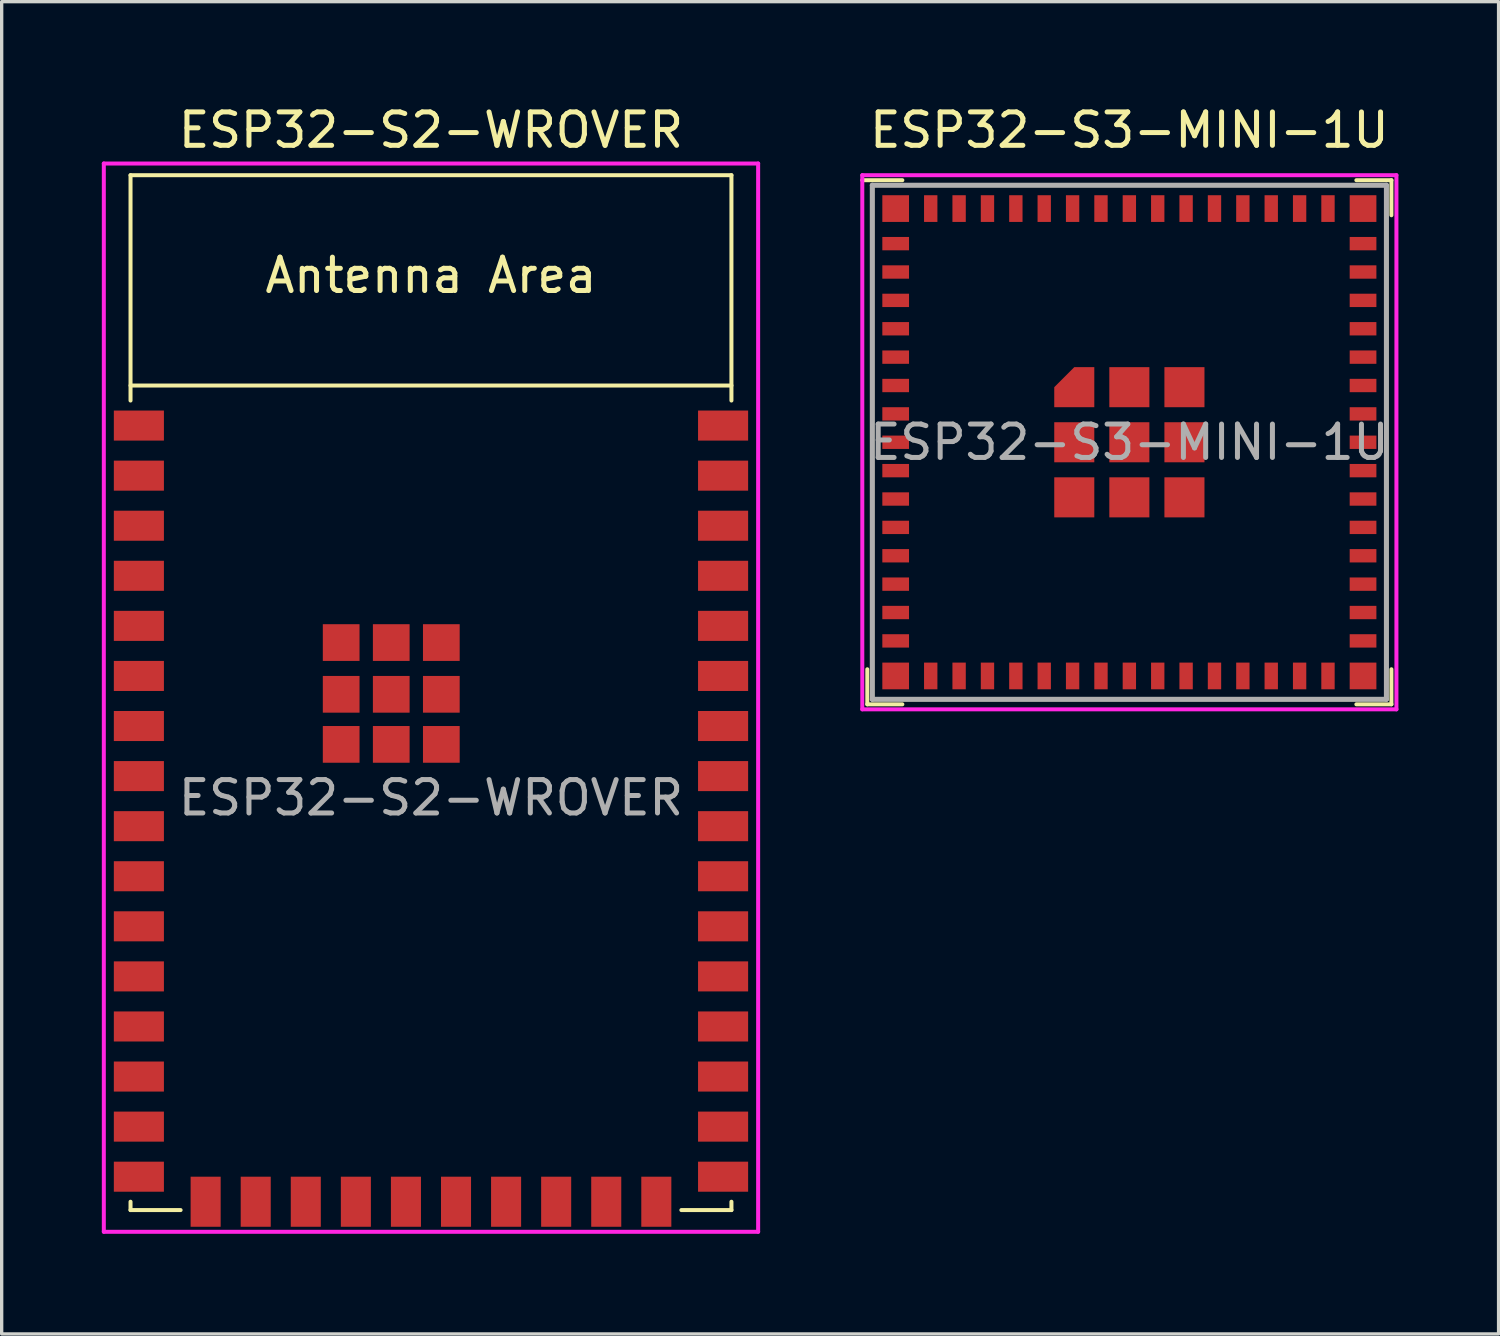
<source format=kicad_pcb>
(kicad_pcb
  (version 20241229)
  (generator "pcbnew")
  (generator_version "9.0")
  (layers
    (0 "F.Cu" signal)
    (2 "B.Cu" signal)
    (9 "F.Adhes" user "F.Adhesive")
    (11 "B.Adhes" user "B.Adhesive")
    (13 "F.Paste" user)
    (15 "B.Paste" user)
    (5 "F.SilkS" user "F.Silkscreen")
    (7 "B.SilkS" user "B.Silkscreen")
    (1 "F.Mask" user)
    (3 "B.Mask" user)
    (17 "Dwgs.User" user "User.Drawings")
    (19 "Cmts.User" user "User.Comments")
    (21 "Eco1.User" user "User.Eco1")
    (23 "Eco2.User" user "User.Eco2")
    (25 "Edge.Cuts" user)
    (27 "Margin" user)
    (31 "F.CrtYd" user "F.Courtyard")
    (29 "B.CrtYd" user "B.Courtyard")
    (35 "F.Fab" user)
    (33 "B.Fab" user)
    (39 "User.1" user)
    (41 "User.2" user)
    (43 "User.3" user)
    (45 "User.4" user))
  (footprint "ESP32-S3-MINI-1U"
    (layer "F.Cu")
    (at 30.78 10.198)
    (property "Reference" "ESP32-S3-MINI-1U" (at 0 -9.35 0) (layer "F.SilkS") (effects (font (size 1 1) (thickness 0.15))))
    (attr smd)
    (fp_line (start -7.85 7.85) (end -7.85 6.8) (stroke (width 0.12) (type solid)) (layer "F.SilkS"))
    (fp_line (start -7.7 -7.7) (end 7.7 -7.7) (stroke (width 0.12) (type solid)) (layer "F.SilkS"))
    (fp_line (start -7.7 7.7) (end -7.7 -7.7) (stroke (width 0.12) (type solid)) (layer "F.SilkS"))
    (fp_line (start -6.8 -7.85) (end -8 -7.85) (stroke (width 0.12) (type solid)) (layer "F.SilkS"))
    (fp_line (start -6.8 7.85) (end -7.85 7.85) (stroke (width 0.12) (type solid)) (layer "F.SilkS"))
    (fp_line (start 6.8 -7.85) (end 7.85 -7.85) (stroke (width 0.12) (type solid)) (layer "F.SilkS"))
    (fp_line (start 6.8 7.85) (end 7.85 7.85) (stroke (width 0.12) (type solid)) (layer "F.SilkS"))
    (fp_line (start 7.7 -7.7) (end 7.7 7.7) (stroke (width 0.12) (type solid)) (layer "F.SilkS"))
    (fp_line (start 7.7 7.7) (end -7.7 7.7) (stroke (width 0.12) (type solid)) (layer "F.SilkS"))
    (fp_line (start 7.85 -7.85) (end 7.85 -6.8) (stroke (width 0.12) (type solid)) (layer "F.SilkS"))
    (fp_line (start 7.85 7.85) (end 7.85 6.8) (stroke (width 0.12) (type solid)) (layer "F.SilkS"))
    (fp_line (start -8 -8) (end -8 8) (stroke (width 0.12) (type solid)) (layer "F.CrtYd"))
    (fp_line (start -8 8) (end 8 8) (stroke (width 0.12) (type solid)) (layer "F.CrtYd"))
    (fp_line (start 8 -8) (end -8 -8) (stroke (width 0.12) (type solid)) (layer "F.CrtYd"))
    (fp_line (start 8 8) (end 8 -8) (stroke (width 0.12) (type solid)) (layer "F.CrtYd"))
    (fp_line (start -7.7 -7.7) (end -7.7 7.7) (stroke (width 0.15) (type solid)) (layer "F.Fab"))
    (fp_line (start -7.7 7.7) (end 7.7 7.7) (stroke (width 0.15) (type solid)) (layer "F.Fab"))
    (fp_line (start 7.7 -7.7) (end -7.7 -7.7) (stroke (width 0.15) (type solid)) (layer "F.Fab"))
    (fp_line (start 7.7 7.7) (end 7.7 -7.7) (stroke (width 0.15) (type solid)) (layer "F.Fab"))
    (fp_text user "${REFERENCE}" (at 0 0 0) (layer "F.Fab") (effects (font (size 1 1) (thickness 0.15))))
    (pad "1" smd rect (at -7 -5.95 90) (size 0.4 0.8) (layers "F.Cu" "F.Mask" "F.Paste"))
    (pad "2" smd rect (at -7 -5.1 90) (size 0.4 0.8) (layers "F.Cu" "F.Mask" "F.Paste"))
    (pad "3" smd rect (at -7 -4.25 90) (size 0.4 0.8) (layers "F.Cu" "F.Mask" "F.Paste"))
    (pad "4" smd rect (at -7 -3.4 90) (size 0.4 0.8) (layers "F.Cu" "F.Mask" "F.Paste"))
    (pad "5" smd rect (at -7 -2.55 90) (size 0.4 0.8) (layers "F.Cu" "F.Mask" "F.Paste"))
    (pad "6" smd rect (at -7 -1.7 90) (size 0.4 0.8) (layers "F.Cu" "F.Mask" "F.Paste"))
    (pad "7" smd rect (at -7 -0.85 90) (size 0.4 0.8) (layers "F.Cu" "F.Mask" "F.Paste"))
    (pad "8" smd rect (at -7 0 90) (size 0.4 0.8) (layers "F.Cu" "F.Mask" "F.Paste"))
    (pad "9" smd rect (at -7 0.85 90) (size 0.4 0.8) (layers "F.Cu" "F.Mask" "F.Paste"))
    (pad "10" smd rect (at -7 1.7 90) (size 0.4 0.8) (layers "F.Cu" "F.Mask" "F.Paste"))
    (pad "11" smd rect (at -7 2.55 90) (size 0.4 0.8) (layers "F.Cu" "F.Mask" "F.Paste"))
    (pad "12" smd rect (at -7 3.4 90) (size 0.4 0.8) (layers "F.Cu" "F.Mask" "F.Paste"))
    (pad "13" smd rect (at -7 4.25 90) (size 0.4 0.8) (layers "F.Cu" "F.Mask" "F.Paste"))
    (pad "14" smd rect (at -7 5.1 90) (size 0.4 0.8) (layers "F.Cu" "F.Mask" "F.Paste"))
    (pad "15" smd rect (at -7 5.95 90) (size 0.4 0.8) (layers "F.Cu" "F.Mask" "F.Paste"))
    (pad "16" smd rect (at -5.95 7) (size 0.4 0.8) (layers "F.Cu" "F.Mask" "F.Paste"))
    (pad "17" smd rect (at -5.1 7) (size 0.4 0.8) (layers "F.Cu" "F.Mask" "F.Paste"))
    (pad "18" smd rect (at -4.25 7) (size 0.4 0.8) (layers "F.Cu" "F.Mask" "F.Paste"))
    (pad "19" smd rect (at -3.4 7) (size 0.4 0.8) (layers "F.Cu" "F.Mask" "F.Paste"))
    (pad "20" smd rect (at -2.55 7) (size 0.4 0.8) (layers "F.Cu" "F.Mask" "F.Paste"))
    (pad "21" smd rect (at -1.7 7) (size 0.4 0.8) (layers "F.Cu" "F.Mask" "F.Paste"))
    (pad "22" smd rect (at -0.85 7) (size 0.4 0.8) (layers "F.Cu" "F.Mask" "F.Paste"))
    (pad "23" smd rect (at 0 7) (size 0.4 0.8) (layers "F.Cu" "F.Mask" "F.Paste"))
    (pad "24" smd rect (at 0.85 7) (size 0.4 0.8) (layers "F.Cu" "F.Mask" "F.Paste"))
    (pad "25" smd rect (at 1.7 7) (size 0.4 0.8) (layers "F.Cu" "F.Mask" "F.Paste"))
    (pad "26" smd rect (at 2.55 7) (size 0.4 0.8) (layers "F.Cu" "F.Mask" "F.Paste"))
    (pad "27" smd rect (at 3.4 7) (size 0.4 0.8) (layers "F.Cu" "F.Mask" "F.Paste"))
    (pad "28" smd rect (at 4.25 7) (size 0.4 0.8) (layers "F.Cu" "F.Mask" "F.Paste"))
    (pad "29" smd rect (at 5.1 7) (size 0.4 0.8) (layers "F.Cu" "F.Mask" "F.Paste"))
    (pad "30" smd rect (at 5.95 7) (size 0.4 0.8) (layers "F.Cu" "F.Mask" "F.Paste"))
    (pad "31" smd rect (at 7 5.95 90) (size 0.4 0.8) (layers "F.Cu" "F.Mask" "F.Paste"))
    (pad "32" smd rect (at 7 5.1 90) (size 0.4 0.8) (layers "F.Cu" "F.Mask" "F.Paste"))
    (pad "33" smd rect (at 7 4.25 90) (size 0.4 0.8) (layers "F.Cu" "F.Mask" "F.Paste"))
    (pad "34" smd rect (at 7 3.4 90) (size 0.4 0.8) (layers "F.Cu" "F.Mask" "F.Paste"))
    (pad "35" smd rect (at 7 2.55 90) (size 0.4 0.8) (layers "F.Cu" "F.Mask" "F.Paste"))
    (pad "36" smd rect (at 7 1.7 90) (size 0.4 0.8) (layers "F.Cu" "F.Mask" "F.Paste"))
    (pad "37" smd rect (at 7 0.85 90) (size 0.4 0.8) (layers "F.Cu" "F.Mask" "F.Paste"))
    (pad "38" smd rect (at 7 0 90) (size 0.4 0.8) (layers "F.Cu" "F.Mask" "F.Paste"))
    (pad "39" smd rect (at 7 -0.85 90) (size 0.4 0.8) (layers "F.Cu" "F.Mask" "F.Paste"))
    (pad "40" smd rect (at 7 -1.7 90) (size 0.4 0.8) (layers "F.Cu" "F.Mask" "F.Paste"))
    (pad "41" smd rect (at 7 -2.55 90) (size 0.4 0.8) (layers "F.Cu" "F.Mask" "F.Paste"))
    (pad "42" smd rect (at 7 -3.4 90) (size 0.4 0.8) (layers "F.Cu" "F.Mask" "F.Paste"))
    (pad "43" smd rect (at 7 -4.25 90) (size 0.4 0.8) (layers "F.Cu" "F.Mask" "F.Paste"))
    (pad "44" smd rect (at 7 -5.1 90) (size 0.4 0.8) (layers "F.Cu" "F.Mask" "F.Paste"))
    (pad "45" smd rect (at 7 -5.95 90) (size 0.4 0.8) (layers "F.Cu" "F.Mask" "F.Paste"))
    (pad "46" smd rect (at 5.95 -7) (size 0.4 0.8) (layers "F.Cu" "F.Mask" "F.Paste"))
    (pad "47" smd rect (at 5.1 -7) (size 0.4 0.8) (layers "F.Cu" "F.Mask" "F.Paste"))
    (pad "48" smd rect (at 4.25 -7) (size 0.4 0.8) (layers "F.Cu" "F.Mask" "F.Paste"))
    (pad "49" smd rect (at 3.4 -7) (size 0.4 0.8) (layers "F.Cu" "F.Mask" "F.Paste"))
    (pad "50" smd rect (at 2.55 -7) (size 0.4 0.8) (layers "F.Cu" "F.Mask" "F.Paste"))
    (pad "51" smd rect (at 1.7 -7) (size 0.4 0.8) (layers "F.Cu" "F.Mask" "F.Paste"))
    (pad "52" smd rect (at 0.85 -7) (size 0.4 0.8) (layers "F.Cu" "F.Mask" "F.Paste"))
    (pad "53" smd rect (at 0 -7) (size 0.4 0.8) (layers "F.Cu" "F.Mask" "F.Paste"))
    (pad "54" smd rect (at -0.85 -7) (size 0.4 0.8) (layers "F.Cu" "F.Mask" "F.Paste"))
    (pad "55" smd rect (at -1.7 -7) (size 0.4 0.8) (layers "F.Cu" "F.Mask" "F.Paste"))
    (pad "56" smd rect (at -2.55 -7) (size 0.4 0.8) (layers "F.Cu" "F.Mask" "F.Paste"))
    (pad "57" smd rect (at -3.4 -7) (size 0.4 0.8) (layers "F.Cu" "F.Mask" "F.Paste"))
    (pad "58" smd rect (at -4.25 -7) (size 0.4 0.8) (layers "F.Cu" "F.Mask" "F.Paste"))
    (pad "59" smd rect (at -5.1 -7) (size 0.4 0.8) (layers "F.Cu" "F.Mask" "F.Paste"))
    (pad "60" smd rect (at -5.95 -7) (size 0.4 0.8) (layers "F.Cu" "F.Mask" "F.Paste"))
    (pad "61" smd custom (at -1.65 -1.65) (size 0.6 0.6) (layers "F.Cu" "F.Mask" "F.Paste") (options (anchor rect)) (primitives (gr_poly (pts (xy 0.6 0.6) (xy -0.6 0.6) (xy -0.6 0) (xy 0 -0.6) (xy 0.6 -0.6)) (width 0) (fill yes))))
    (pad "61" smd rect (at -1.65 0) (size 1.2 1.2) (layers "F.Cu" "F.Mask" "F.Paste"))
    (pad "61" smd rect (at -1.65 1.65) (size 1.2 1.2) (layers "F.Cu" "F.Mask" "F.Paste"))
    (pad "61" smd rect (at 0 -1.65) (size 1.2 1.2) (layers "F.Cu" "F.Mask" "F.Paste"))
    (pad "61" smd rect (at 0 0) (size 1.2 1.2) (layers "F.Cu" "F.Mask" "F.Paste"))
    (pad "61" smd rect (at 0 1.65) (size 1.2 1.2) (layers "F.Cu" "F.Mask" "F.Paste"))
    (pad "61" smd rect (at 1.65 -1.65) (size 1.2 1.2) (layers "F.Cu" "F.Mask" "F.Paste"))
    (pad "61" smd rect (at 1.65 0) (size 1.2 1.2) (layers "F.Cu" "F.Mask" "F.Paste"))
    (pad "61" smd rect (at 1.65 1.65) (size 1.2 1.2) (layers "F.Cu" "F.Mask" "F.Paste"))
    (pad "62" smd rect (at -7 -7 180) (size 0.8 0.8) (layers "F.Cu" "F.Mask" "F.Paste"))
    (pad "63" smd rect (at -7 7 180) (size 0.8 0.8) (layers "F.Cu" "F.Mask" "F.Paste"))
    (pad "64" smd rect (at 7 7 180) (size 0.8 0.8) (layers "F.Cu" "F.Mask" "F.Paste"))
    (pad "65" smd rect (at 7 -7 180) (size 0.8 0.8) (layers "F.Cu" "F.Mask" "F.Paste")))
  (footprint "ESP32-S2-WROVER"
    (layer "F.Cu")
    (at 9.86 20.848)
    (property "Reference" "ESP32-S2-WROVER" (at 0 -20 0) (layer "F.SilkS") (effects (font (size 1 1) (thickness 0.15))))
    (attr smd)
    (fp_line (start -9 -18.65) (end -9 -11.9) (stroke (width 0.12) (type solid)) (layer "F.SilkS"))
    (fp_line (start -9 -18.65) (end 9 -18.65) (stroke (width 0.12) (type solid)) (layer "F.SilkS"))
    (fp_line (start -9 12.35) (end -9 12.1) (stroke (width 0.12) (type solid)) (layer "F.SilkS"))
    (fp_line (start -9 12.35) (end -7.5 12.35) (stroke (width 0.12) (type solid)) (layer "F.SilkS"))
    (fp_line (start 9 -18.65) (end 9 -11.9) (stroke (width 0.12) (type solid)) (layer "F.SilkS"))
    (fp_line (start 9 -12.35) (end -9 -12.35) (stroke (width 0.12) (type solid)) (layer "F.SilkS"))
    (fp_line (start 9 12.35) (end 7.5 12.35) (stroke (width 0.12) (type solid)) (layer "F.SilkS"))
    (fp_line (start 9 12.35) (end 9 12.1) (stroke (width 0.12) (type solid)) (layer "F.SilkS"))
    (fp_line (start -9 -18.65) (end 9 -18.65) (stroke (width 0.12) (type solid)) (layer "Eco2.User"))
    (fp_line (start -9 -12.35) (end 9 -12.35) (stroke (width 0.12) (type solid)) (layer "Eco2.User"))
    (fp_line (start -9 12.35) (end -9 -18.65) (stroke (width 0.12) (type solid)) (layer "Eco2.User"))
    (fp_line (start 9 -18.65) (end 9 12.35) (stroke (width 0.12) (type solid)) (layer "Eco2.User"))
    (fp_line (start 9 12.35) (end -9 12.35) (stroke (width 0.12) (type solid)) (layer "Eco2.User"))
    (fp_line (start -9.8 -19) (end -9.8 13) (stroke (width 0.12) (type solid)) (layer "F.CrtYd"))
    (fp_line (start -9.8 -19) (end 9.8 -19) (stroke (width 0.12) (type solid)) (layer "F.CrtYd"))
    (fp_line (start -9.8 13) (end 9.8 13) (stroke (width 0.12) (type solid)) (layer "F.CrtYd"))
    (fp_line (start 9.8 -19) (end 9.8 13) (stroke (width 0.12) (type solid)) (layer "F.CrtYd"))
    (fp_text user "Antenna Area" (at 0 -15.65 0) (layer "F.SilkS") (effects (font (size 1 1) (thickness 0.15))))
    (fp_text user "Antenna Area" (at 0 -15.65 0) (layer "Eco2.User") (effects (font (size 1 1) (thickness 0.15))))
    (fp_text user "${REFERENCE}" (at 0 0 0) (layer "F.Fab") (effects (font (size 1 1) (thickness 0.15))))
    (pad "1" smd rect (at -8.75 -11.15) (size 1.5 0.9) (layers "F.Cu" "F.Mask" "F.Paste"))
    (pad "2" smd rect (at -8.75 -9.65) (size 1.5 0.9) (layers "F.Cu" "F.Mask" "F.Paste"))
    (pad "3" smd rect (at -8.75 -8.15) (size 1.5 0.9) (layers "F.Cu" "F.Mask" "F.Paste"))
    (pad "4" smd rect (at -8.75 -6.65) (size 1.5 0.9) (layers "F.Cu" "F.Mask" "F.Paste"))
    (pad "5" smd rect (at -8.75 -5.15) (size 1.5 0.9) (layers "F.Cu" "F.Mask" "F.Paste"))
    (pad "6" smd rect (at -8.75 -3.65) (size 1.5 0.9) (layers "F.Cu" "F.Mask" "F.Paste"))
    (pad "7" smd rect (at -8.75 -2.15) (size 1.5 0.9) (layers "F.Cu" "F.Mask" "F.Paste"))
    (pad "8" smd rect (at -8.75 -0.65) (size 1.5 0.9) (layers "F.Cu" "F.Mask" "F.Paste"))
    (pad "9" smd rect (at -8.75 0.85) (size 1.5 0.9) (layers "F.Cu" "F.Mask" "F.Paste"))
    (pad "10" smd rect (at -8.75 2.35) (size 1.5 0.9) (layers "F.Cu" "F.Mask" "F.Paste"))
    (pad "11" smd rect (at -8.75 3.85) (size 1.5 0.9) (layers "F.Cu" "F.Mask" "F.Paste"))
    (pad "12" smd rect (at -8.75 5.35) (size 1.5 0.9) (layers "F.Cu" "F.Mask" "F.Paste"))
    (pad "13" smd rect (at -8.75 6.85) (size 1.5 0.9) (layers "F.Cu" "F.Mask" "F.Paste"))
    (pad "14" smd rect (at -8.75 8.35) (size 1.5 0.9) (layers "F.Cu" "F.Mask" "F.Paste"))
    (pad "15" smd rect (at -8.75 9.85) (size 1.5 0.9) (layers "F.Cu" "F.Mask" "F.Paste"))
    (pad "16" smd rect (at -8.75 11.35) (size 1.5 0.9) (layers "F.Cu" "F.Mask" "F.Paste"))
    (pad "17" smd rect (at -6.75 12.1 90) (size 1.5 0.9) (layers "F.Cu" "F.Mask" "F.Paste"))
    (pad "18" smd rect (at -5.25 12.1 90) (size 1.5 0.9) (layers "F.Cu" "F.Mask" "F.Paste"))
    (pad "19" smd rect (at -3.75 12.1 90) (size 1.5 0.9) (layers "F.Cu" "F.Mask" "F.Paste"))
    (pad "20" smd rect (at -2.25 12.1 90) (size 1.5 0.9) (layers "F.Cu" "F.Mask" "F.Paste"))
    (pad "21" smd rect (at -0.75 12.1 90) (size 1.5 0.9) (layers "F.Cu" "F.Mask" "F.Paste"))
    (pad "22" smd rect (at 0.75 12.1 90) (size 1.5 0.9) (layers "F.Cu" "F.Mask" "F.Paste"))
    (pad "23" smd rect (at 2.25 12.1 90) (size 1.5 0.9) (layers "F.Cu" "F.Mask" "F.Paste"))
    (pad "24" smd rect (at 3.75 12.1 90) (size 1.5 0.9) (layers "F.Cu" "F.Mask" "F.Paste"))
    (pad "25" smd rect (at 5.25 12.1 90) (size 1.5 0.9) (layers "F.Cu" "F.Mask" "F.Paste"))
    (pad "26" smd rect (at 6.75 12.1 90) (size 1.5 0.9) (layers "F.Cu" "F.Mask" "F.Paste"))
    (pad "27" smd rect (at 8.75 11.35 180) (size 1.5 0.9) (layers "F.Cu" "F.Mask" "F.Paste"))
    (pad "28" smd rect (at 8.75 9.85 180) (size 1.5 0.9) (layers "F.Cu" "F.Mask" "F.Paste"))
    (pad "29" smd rect (at 8.75 8.35 180) (size 1.5 0.9) (layers "F.Cu" "F.Mask" "F.Paste"))
    (pad "30" smd rect (at 8.75 6.85 180) (size 1.5 0.9) (layers "F.Cu" "F.Mask" "F.Paste"))
    (pad "31" smd rect (at 8.75 5.35 180) (size 1.5 0.9) (layers "F.Cu" "F.Mask" "F.Paste"))
    (pad "32" smd rect (at 8.75 3.85 180) (size 1.5 0.9) (layers "F.Cu" "F.Mask" "F.Paste"))
    (pad "33" smd rect (at 8.75 2.35 180) (size 1.5 0.9) (layers "F.Cu" "F.Mask" "F.Paste"))
    (pad "34" smd rect (at 8.75 0.85 180) (size 1.5 0.9) (layers "F.Cu" "F.Mask" "F.Paste"))
    (pad "35" smd rect (at 8.75 -0.65 180) (size 1.5 0.9) (layers "F.Cu" "F.Mask" "F.Paste"))
    (pad "36" smd rect (at 8.75 -2.15 180) (size 1.5 0.9) (layers "F.Cu" "F.Mask" "F.Paste"))
    (pad "37" smd rect (at 8.75 -3.65 180) (size 1.5 0.9) (layers "F.Cu" "F.Mask" "F.Paste"))
    (pad "38" smd rect (at 8.75 -5.15 180) (size 1.5 0.9) (layers "F.Cu" "F.Mask" "F.Paste"))
    (pad "39" smd rect (at 8.75 -6.65 180) (size 1.5 0.9) (layers "F.Cu" "F.Mask" "F.Paste"))
    (pad "40" smd rect (at 8.75 -8.15 180) (size 1.5 0.9) (layers "F.Cu" "F.Mask" "F.Paste"))
    (pad "41" smd rect (at 8.75 -9.65 180) (size 1.5 0.9) (layers "F.Cu" "F.Mask" "F.Paste"))
    (pad "42" smd rect (at 8.75 -11.15 180) (size 1.5 0.9) (layers "F.Cu" "F.Mask" "F.Paste"))
    (pad "43" smd rect (at -2.69 -4.65 180) (size 1.1 1.1) (layers "F.Cu" "F.Mask" "F.Paste"))
    (pad "43" smd rect (at -2.69 -3.1 180) (size 1.1 1.1) (layers "F.Cu" "F.Mask" "F.Paste"))
    (pad "43" smd rect (at -2.69 -1.6 180) (size 1.1 1.1) (layers "F.Cu" "F.Mask" "F.Paste"))
    (pad "43" smd rect (at -1.19 -4.65 180) (size 1.1 1.1) (layers "F.Cu" "F.Mask" "F.Paste"))
    (pad "43" smd rect (at -1.19 -3.1 180) (size 1.1 1.1) (layers "F.Cu" "F.Mask" "F.Paste"))
    (pad "43" smd rect (at -1.19 -1.6 180) (size 1.1 1.1) (layers "F.Cu" "F.Mask" "F.Paste"))
    (pad "43" smd rect (at 0.31 -4.65 180) (size 1.1 1.1) (layers "F.Cu" "F.Mask" "F.Paste"))
    (pad "43" smd rect (at 0.31 -3.1 180) (size 1.1 1.1) (layers "F.Cu" "F.Mask" "F.Paste"))
    (pad "43" smd rect (at 0.31 -1.6 180) (size 1.1 1.1) (layers "F.Cu" "F.Mask" "F.Paste")))
  (gr_rect
    (start -3 -3)
    (end 41.84 36.908)
    (stroke (width 0.1) (type default))
    (fill no)
    (layer "Edge.Cuts")))
</source>
